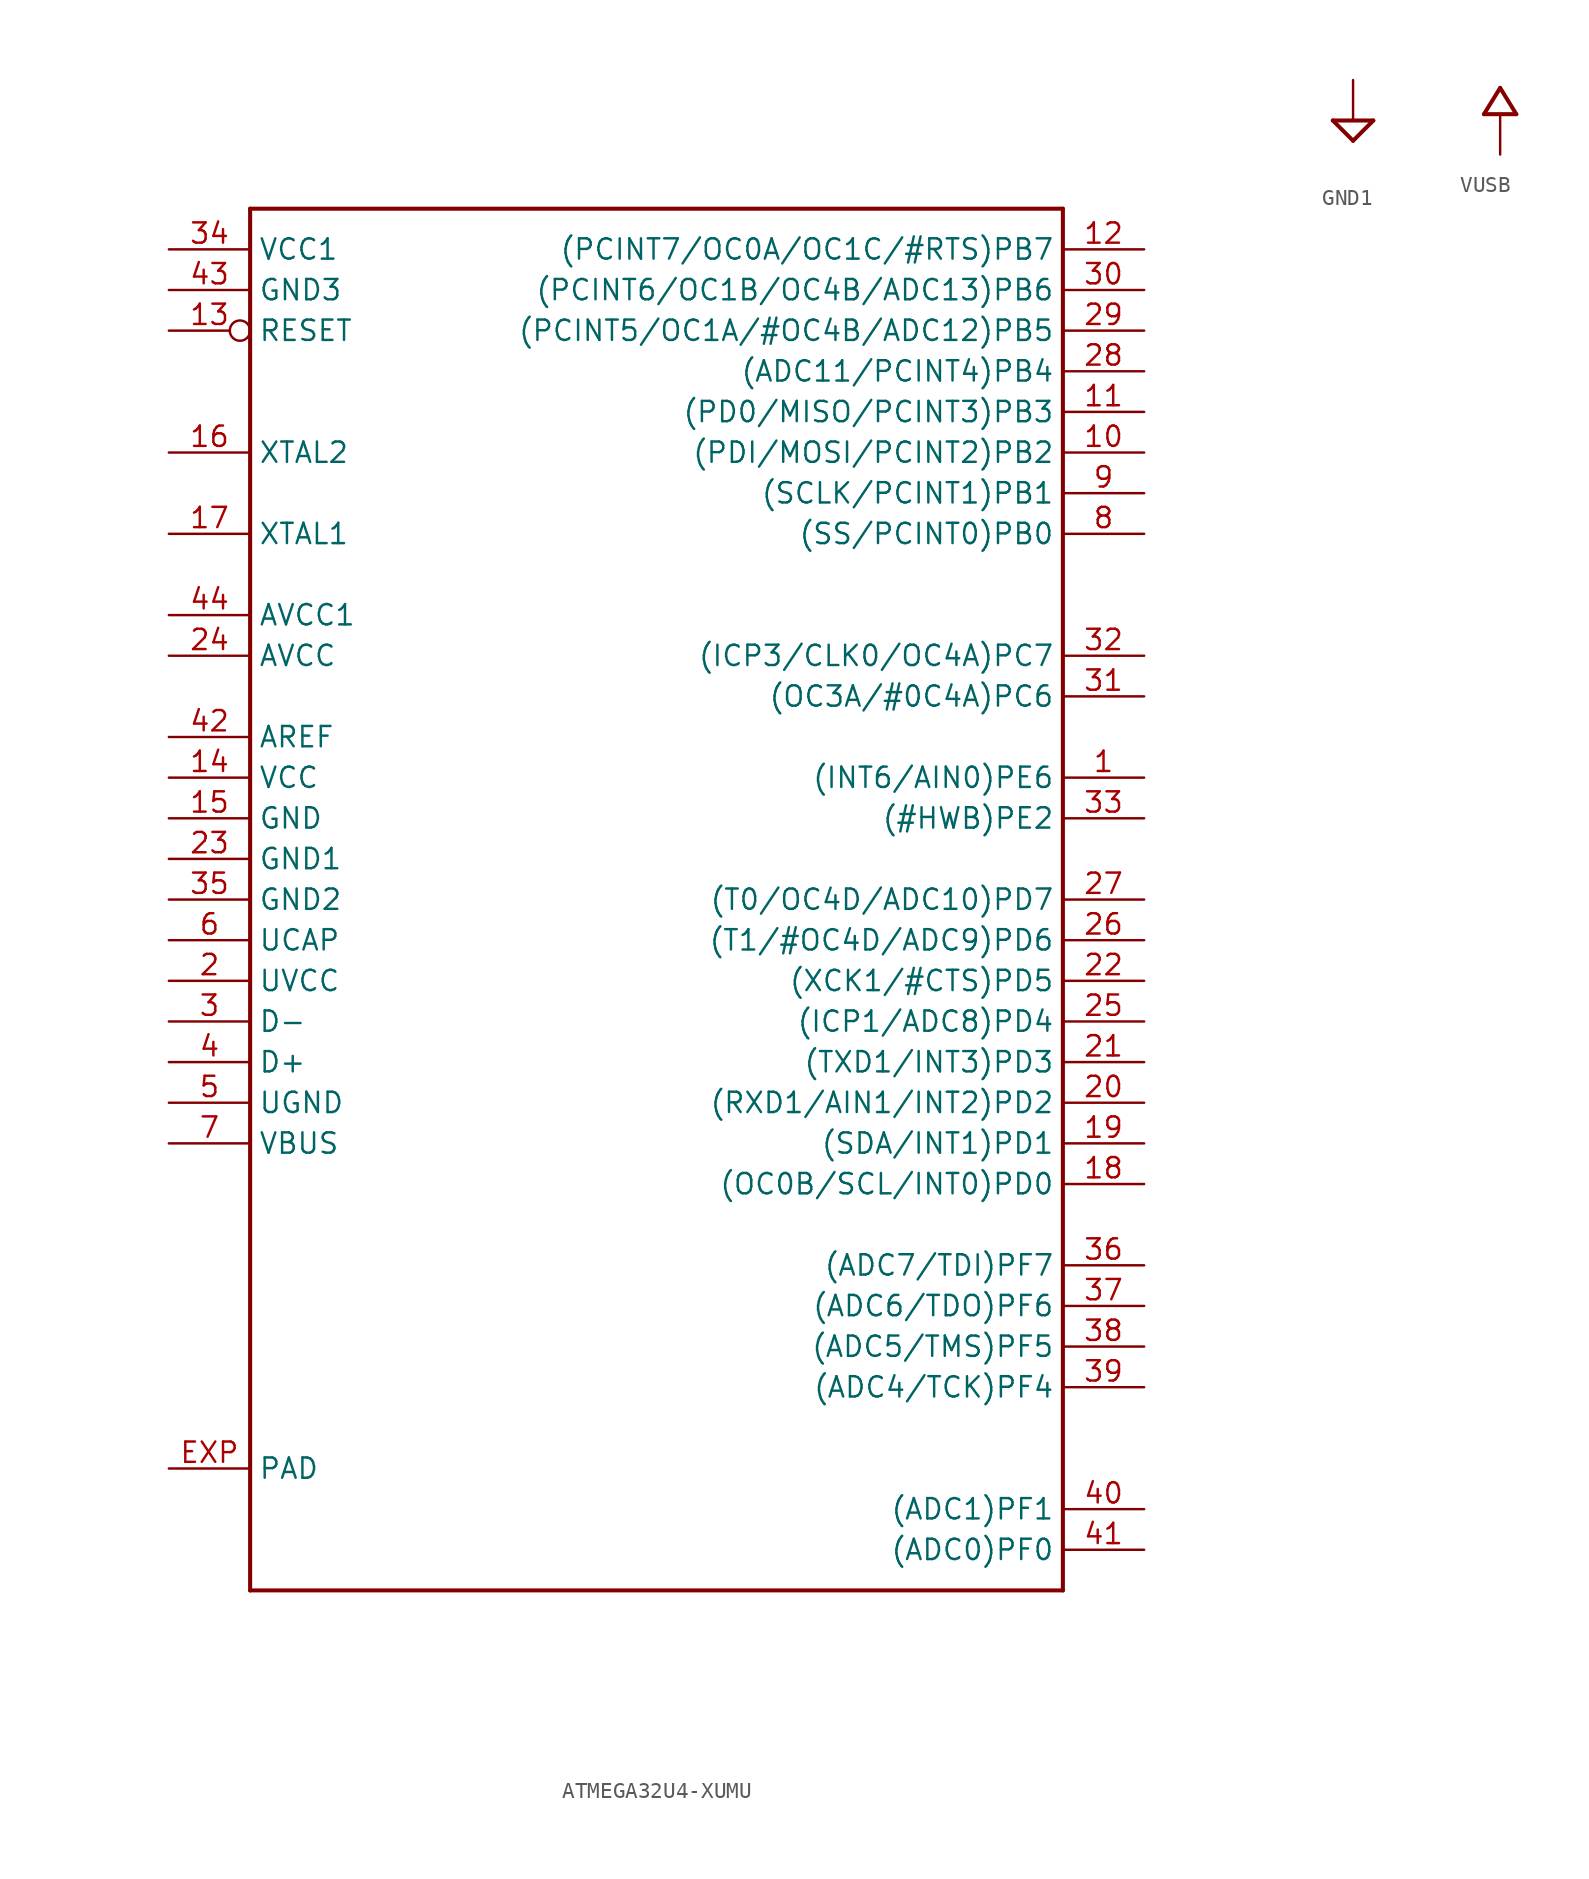
<source format=kicad_sym>
(kicad_symbol_lib
  (version 20231120)
  (generator "kicad_symbol_editor")
  (generator_version "8.0")
  (symbol "ATMEGA32U4-XUMU"
    (property "Reference" ""
      (at -20.32 26.162 0)
      (effects (font (size 1.778 1.511)) (justify left bottom) (hide yes)))
    (property "Value" ""
      (at -20.32 -63.5 0)
      (effects (font (size 1.778 1.511)) (justify left bottom)))
    (property "ki_locked" ""
      (at 0 0 0)
      (effects (font (size 1.27 1.27))))
    (symbol "ATMEGA32U4-XUMU_1_0"
      (polyline (pts (xy -20.32 -60.96) (xy -20.32 25.4)) (stroke (width 0.254) (type solid)) (fill (type none)))
      (polyline (pts (xy -20.32 25.4) (xy 30.48 25.4)) (stroke (width 0.254) (type solid)) (fill (type none)))
      (polyline (pts (xy 30.48 -60.96) (xy -20.32 -60.96)) (stroke (width 0.254) (type solid)) (fill (type none)))
      (polyline (pts (xy 30.48 25.4) (xy 30.48 -60.96)) (stroke (width 0.254) (type solid)) (fill (type none)))
      (pin bidirectional line (at 35.56 -10.16 180) (length 5.08) (name "(INT6/AIN0)PE6" (effects (font (size 1.27 1.27)))) (number "1" (effects (font (size 1.27 1.27)))))
      (pin bidirectional line (at 35.56 10.16 180) (length 5.08) (name "(PDI/MOSI/PCINT2)PB2" (effects (font (size 1.27 1.27)))) (number "10" (effects (font (size 1.27 1.27)))))
      (pin bidirectional line (at 35.56 12.7 180) (length 5.08) (name "(PD0/MISO/PCINT3)PB3" (effects (font (size 1.27 1.27)))) (number "11" (effects (font (size 1.27 1.27)))))
      (pin bidirectional line (at 35.56 22.86 180) (length 5.08) (name "(PCINT7/OC0A/OC1C/#RTS)PB7" (effects (font (size 1.27 1.27)))) (number "12" (effects (font (size 1.27 1.27)))))
      (pin input inverted (at -25.4 17.78 0) (length 5.08) (name "RESET" (effects (font (size 1.27 1.27)))) (number "13" (effects (font (size 1.27 1.27)))))
      (pin power_in line (at -25.4 -10.16 0) (length 5.08) (name "VCC" (effects (font (size 1.27 1.27)))) (number "14" (effects (font (size 1.27 1.27)))))
      (pin power_in line (at -25.4 -12.7 0) (length 5.08) (name "GND" (effects (font (size 1.27 1.27)))) (number "15" (effects (font (size 1.27 1.27)))))
      (pin bidirectional line (at -25.4 10.16 0) (length 5.08) (name "XTAL2" (effects (font (size 1.27 1.27)))) (number "16" (effects (font (size 1.27 1.27)))))
      (pin bidirectional line (at -25.4 5.08 0) (length 5.08) (name "XTAL1" (effects (font (size 1.27 1.27)))) (number "17" (effects (font (size 1.27 1.27)))))
      (pin bidirectional line (at 35.56 -35.56 180) (length 5.08) (name "(OC0B/SCL/INT0)PD0" (effects (font (size 1.27 1.27)))) (number "18" (effects (font (size 1.27 1.27)))))
      (pin bidirectional line (at 35.56 -33.02 180) (length 5.08) (name "(SDA/INT1)PD1" (effects (font (size 1.27 1.27)))) (number "19" (effects (font (size 1.27 1.27)))))
      (pin power_in line (at -25.4 -22.86 0) (length 5.08) (name "UVCC" (effects (font (size 1.27 1.27)))) (number "2" (effects (font (size 1.27 1.27)))))
      (pin bidirectional line (at 35.56 -30.48 180) (length 5.08) (name "(RXD1/AIN1/INT2)PD2" (effects (font (size 1.27 1.27)))) (number "20" (effects (font (size 1.27 1.27)))))
      (pin bidirectional line (at 35.56 -27.94 180) (length 5.08) (name "(TXD1/INT3)PD3" (effects (font (size 1.27 1.27)))) (number "21" (effects (font (size 1.27 1.27)))))
      (pin bidirectional line (at 35.56 -22.86 180) (length 5.08) (name "(XCK1/#CTS)PD5" (effects (font (size 1.27 1.27)))) (number "22" (effects (font (size 1.27 1.27)))))
      (pin power_in line (at -25.4 -15.24 0) (length 5.08) (name "GND1" (effects (font (size 1.27 1.27)))) (number "23" (effects (font (size 1.27 1.27)))))
      (pin power_in line (at -25.4 -2.54 0) (length 5.08) (name "AVCC" (effects (font (size 1.27 1.27)))) (number "24" (effects (font (size 1.27 1.27)))))
      (pin bidirectional line (at 35.56 -25.4 180) (length 5.08) (name "(ICP1/ADC8)PD4" (effects (font (size 1.27 1.27)))) (number "25" (effects (font (size 1.27 1.27)))))
      (pin bidirectional line (at 35.56 -20.32 180) (length 5.08) (name "(T1/#OC4D/ADC9)PD6" (effects (font (size 1.27 1.27)))) (number "26" (effects (font (size 1.27 1.27)))))
      (pin bidirectional line (at 35.56 -17.78 180) (length 5.08) (name "(T0/OC4D/ADC10)PD7" (effects (font (size 1.27 1.27)))) (number "27" (effects (font (size 1.27 1.27)))))
      (pin bidirectional line (at 35.56 15.24 180) (length 5.08) (name "(ADC11/PCINT4)PB4" (effects (font (size 1.27 1.27)))) (number "28" (effects (font (size 1.27 1.27)))))
      (pin bidirectional line (at 35.56 17.78 180) (length 5.08) (name "(PCINT5/OC1A/#OC4B/ADC12)PB5" (effects (font (size 1.27 1.27)))) (number "29" (effects (font (size 1.27 1.27)))))
      (pin bidirectional line (at -25.4 -25.4 0) (length 5.08) (name "D-" (effects (font (size 1.27 1.27)))) (number "3" (effects (font (size 1.27 1.27)))))
      (pin bidirectional line (at 35.56 20.32 180) (length 5.08) (name "(PCINT6/OC1B/OC4B/ADC13)PB6" (effects (font (size 1.27 1.27)))) (number "30" (effects (font (size 1.27 1.27)))))
      (pin bidirectional line (at 35.56 -5.08 180) (length 5.08) (name "(OC3A/#0C4A)PC6" (effects (font (size 1.27 1.27)))) (number "31" (effects (font (size 1.27 1.27)))))
      (pin bidirectional line (at 35.56 -2.54 180) (length 5.08) (name "(ICP3/CLK0/OC4A)PC7" (effects (font (size 1.27 1.27)))) (number "32" (effects (font (size 1.27 1.27)))))
      (pin bidirectional line (at 35.56 -12.7 180) (length 5.08) (name "(#HWB)PE2" (effects (font (size 1.27 1.27)))) (number "33" (effects (font (size 1.27 1.27)))))
      (pin power_in line (at -25.4 22.86 0) (length 5.08) (name "VCC1" (effects (font (size 1.27 1.27)))) (number "34" (effects (font (size 1.27 1.27)))))
      (pin power_in line (at -25.4 -17.78 0) (length 5.08) (name "GND2" (effects (font (size 1.27 1.27)))) (number "35" (effects (font (size 1.27 1.27)))))
      (pin bidirectional line (at 35.56 -40.64 180) (length 5.08) (name "(ADC7/TDI)PF7" (effects (font (size 1.27 1.27)))) (number "36" (effects (font (size 1.27 1.27)))))
      (pin bidirectional line (at 35.56 -43.18 180) (length 5.08) (name "(ADC6/TDO)PF6" (effects (font (size 1.27 1.27)))) (number "37" (effects (font (size 1.27 1.27)))))
      (pin bidirectional line (at 35.56 -45.72 180) (length 5.08) (name "(ADC5/TMS)PF5" (effects (font (size 1.27 1.27)))) (number "38" (effects (font (size 1.27 1.27)))))
      (pin bidirectional line (at 35.56 -48.26 180) (length 5.08) (name "(ADC4/TCK)PF4" (effects (font (size 1.27 1.27)))) (number "39" (effects (font (size 1.27 1.27)))))
      (pin bidirectional line (at -25.4 -27.94 0) (length 5.08) (name "D+" (effects (font (size 1.27 1.27)))) (number "4" (effects (font (size 1.27 1.27)))))
      (pin bidirectional line (at 35.56 -55.88 180) (length 5.08) (name "(ADC1)PF1" (effects (font (size 1.27 1.27)))) (number "40" (effects (font (size 1.27 1.27)))))
      (pin bidirectional line (at 35.56 -58.42 180) (length 5.08) (name "(ADC0)PF0" (effects (font (size 1.27 1.27)))) (number "41" (effects (font (size 1.27 1.27)))))
      (pin power_in line (at -25.4 -7.62 0) (length 5.08) (name "AREF" (effects (font (size 1.27 1.27)))) (number "42" (effects (font (size 1.27 1.27)))))
      (pin power_in line (at -25.4 20.32 0) (length 5.08) (name "GND3" (effects (font (size 1.27 1.27)))) (number "43" (effects (font (size 1.27 1.27)))))
      (pin power_in line (at -25.4 0 0) (length 5.08) (name "AVCC1" (effects (font (size 1.27 1.27)))) (number "44" (effects (font (size 1.27 1.27)))))
      (pin power_in line (at -25.4 -30.48 0) (length 5.08) (name "UGND" (effects (font (size 1.27 1.27)))) (number "5" (effects (font (size 1.27 1.27)))))
      (pin passive line (at -25.4 -20.32 0) (length 5.08) (name "UCAP" (effects (font (size 1.27 1.27)))) (number "6" (effects (font (size 1.27 1.27)))))
      (pin input line (at -25.4 -33.02 0) (length 5.08) (name "VBUS" (effects (font (size 1.27 1.27)))) (number "7" (effects (font (size 1.27 1.27)))))
      (pin bidirectional line (at 35.56 5.08 180) (length 5.08) (name "(SS/PCINT0)PB0" (effects (font (size 1.27 1.27)))) (number "8" (effects (font (size 1.27 1.27)))))
      (pin bidirectional line (at 35.56 7.62 180) (length 5.08) (name "(SCLK/PCINT1)PB1" (effects (font (size 1.27 1.27)))) (number "9" (effects (font (size 1.27 1.27)))))
      (pin power_in line (at -25.4 -53.34 0) (length 5.08) (name "PAD" (effects (font (size 1.27 1.27)))) (number "EXP" (effects (font (size 1.27 1.27)))))))
  (symbol "GND1"
    (power)
    (property "Reference" "#SUPPLY"
      (at 0 0 0)
      (effects (font (size 1.27 1.27)) (hide yes)))
    (property "Value" ""
      (at -2.159 -3.175 0)
      (effects (font (size 1.778 1.511)) (justify left bottom)))
    (property "ki_locked" ""
      (at 0 0 0)
      (effects (font (size 1.27 1.27))))
    (symbol "GND1_1_0"
      (polyline (pts (xy -1.27 0) (xy 1.27 0)) (stroke (width 0.254) (type solid)) (fill (type none)))
      (polyline (pts (xy 0 -1.27) (xy -1.27 0)) (stroke (width 0.254) (type solid)) (fill (type none)))
      (polyline (pts (xy 1.27 0) (xy 0 -1.27)) (stroke (width 0.254) (type solid)) (fill (type none)))
      (pin power_in line (at 0 2.54 270) (length 2.54) (name "GND1" (effects (font (size 0 0)))) (number "1" (effects (font (size 0 0)))))))
  (symbol "VUSB"
    (power)
    (property "Reference" ""
      (at 0 0 0)
      (effects (font (size 1.27 1.27)) (hide yes)))
    (property "Value" ""
      (at -3.048 2.032 0)
      (effects (font (size 1.778 1.511)) (justify left bottom)))
    (property "ki_locked" ""
      (at 0 0 0)
      (effects (font (size 1.27 1.27))))
    (symbol "VUSB_1_0"
      (polyline (pts (xy -1.016 0) (xy 1.016 0)) (stroke (width 0.254) (type solid)) (fill (type none)))
      (polyline (pts (xy 0 1.651) (xy -1.016 0)) (stroke (width 0.254) (type solid)) (fill (type none)))
      (polyline (pts (xy 1.016 0) (xy 0 1.651)) (stroke (width 0.254) (type solid)) (fill (type none)))
      (pin power_in line (at 0 -2.54 90) (length 2.54) (name "VUSB" (effects (font (size 0 0)))) (number "1" (effects (font (size 0 0))))))))
</source>
